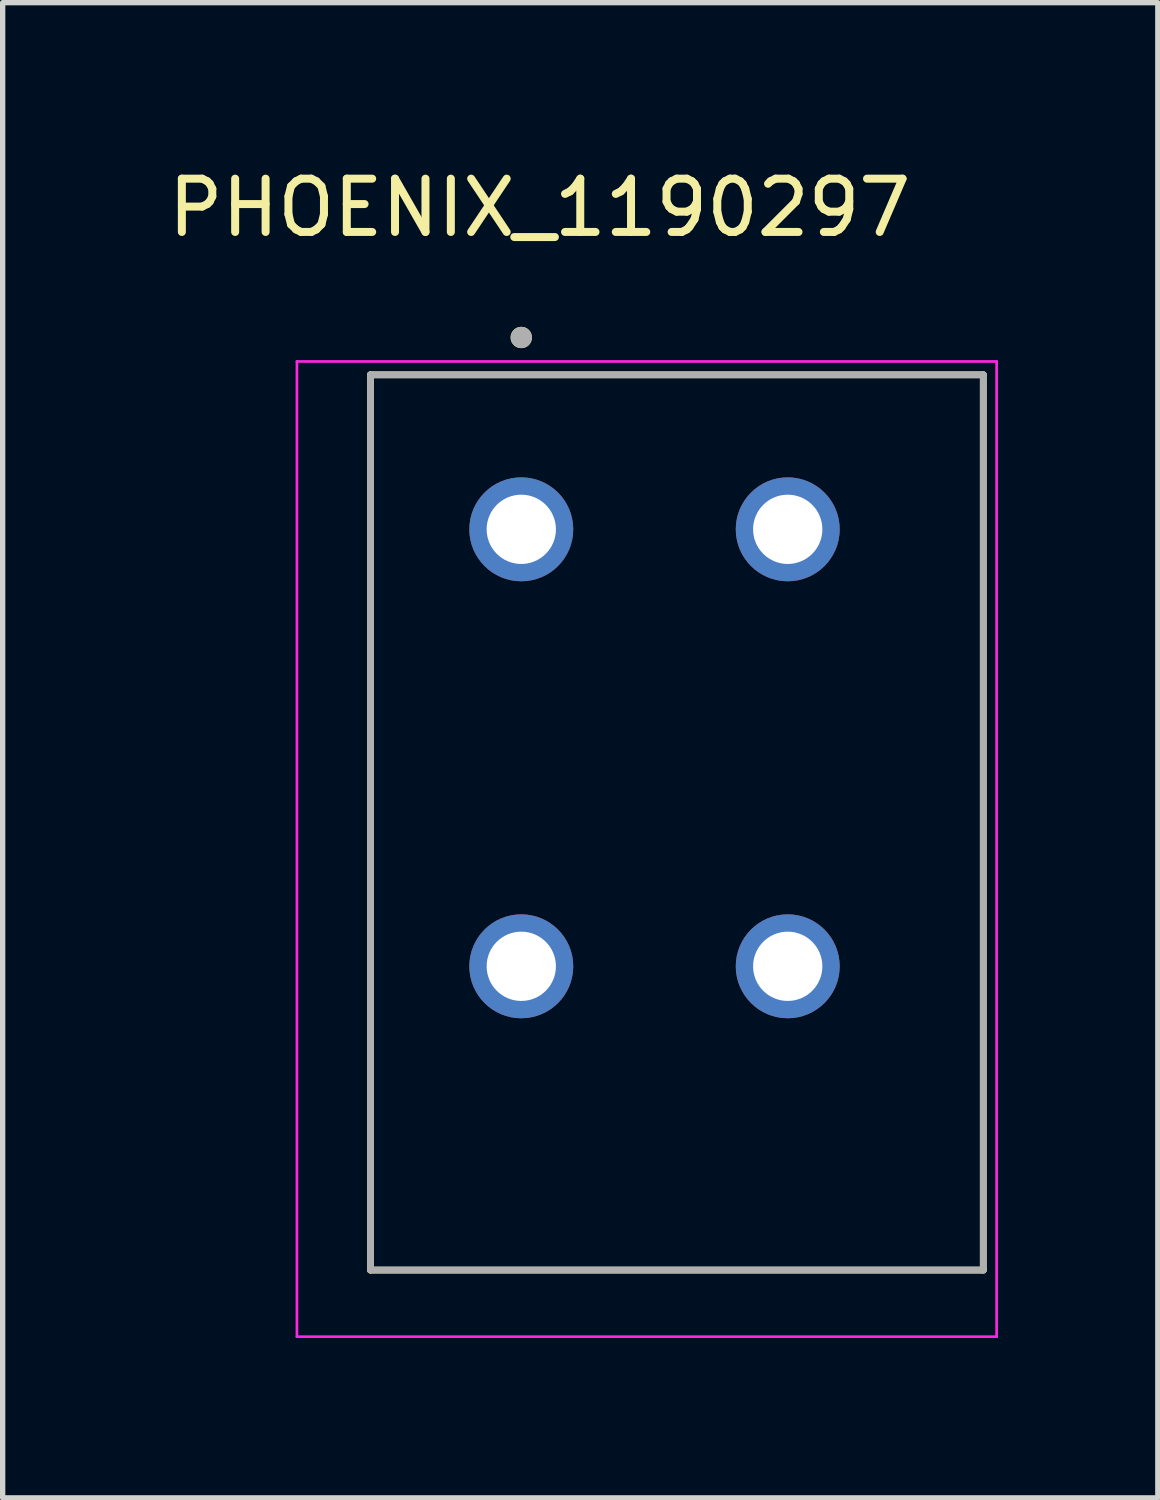
<source format=kicad_pcb>
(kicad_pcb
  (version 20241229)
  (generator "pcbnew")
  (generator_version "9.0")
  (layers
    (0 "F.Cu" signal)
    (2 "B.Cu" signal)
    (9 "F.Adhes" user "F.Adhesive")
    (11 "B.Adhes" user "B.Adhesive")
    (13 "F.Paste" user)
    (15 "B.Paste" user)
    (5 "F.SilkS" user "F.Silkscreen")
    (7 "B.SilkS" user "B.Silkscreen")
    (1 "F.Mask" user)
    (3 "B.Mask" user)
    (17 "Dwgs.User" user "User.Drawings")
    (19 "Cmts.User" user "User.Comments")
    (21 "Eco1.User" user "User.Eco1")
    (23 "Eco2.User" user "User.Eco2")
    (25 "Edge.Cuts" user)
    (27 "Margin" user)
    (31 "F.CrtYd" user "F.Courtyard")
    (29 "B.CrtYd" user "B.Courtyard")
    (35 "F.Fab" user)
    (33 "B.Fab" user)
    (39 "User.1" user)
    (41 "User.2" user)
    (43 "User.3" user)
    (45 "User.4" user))
  (footprint "PHOENIX_1190297"
    (layer "F.Cu")
    (at 3.902 20.783)
    (property "Reference" "PHOENIX_1190297" (at 3.175 -19.935 0) (layer "F.SilkS") (effects (font (size 1 1) (thickness 0.15))))
    (attr through_hole)
    (fp_line (start 0 -16.8) (end 0 0) (stroke (width 0.127) (type solid)) (layer "F.SilkS"))
    (fp_line (start 0 0) (end 11.5 0) (stroke (width 0.127) (type solid)) (layer "F.SilkS"))
    (fp_line (start 11.5 -16.8) (end 0 -16.8) (stroke (width 0.127) (type solid)) (layer "F.SilkS"))
    (fp_line (start 11.5 0) (end 11.5 -16.8) (stroke (width 0.127) (type solid)) (layer "F.SilkS"))
    (fp_circle (center 2.83 -17.5) (end 2.93 -17.5) (stroke (width 0.2) (type solid)) (fill no) (layer "F.SilkS"))
    (fp_line (start -1.38 -17.05) (end -1.38 1.25) (stroke (width 0.05) (type solid)) (layer "F.CrtYd"))
    (fp_line (start -1.38 1.25) (end 11.75 1.25) (stroke (width 0.05) (type solid)) (layer "F.CrtYd"))
    (fp_line (start 11.75 -17.05) (end -1.38 -17.05) (stroke (width 0.05) (type solid)) (layer "F.CrtYd"))
    (fp_line (start 11.75 1.25) (end 11.75 -17.05) (stroke (width 0.05) (type solid)) (layer "F.CrtYd"))
    (fp_line (start 0 -16.8) (end 0 0) (stroke (width 0.127) (type solid)) (layer "F.Fab"))
    (fp_line (start 0 0) (end 11.5 0) (stroke (width 0.127) (type solid)) (layer "F.Fab"))
    (fp_line (start 11.5 -16.8) (end 0 -16.8) (stroke (width 0.127) (type solid)) (layer "F.Fab"))
    (fp_line (start 11.5 0) (end 11.5 -16.8) (stroke (width 0.127) (type solid)) (layer "F.Fab"))
    (fp_circle (center 2.83 -17.5) (end 2.93 -17.5) (stroke (width 0.2) (type solid)) (fill no) (layer "F.Fab"))
    (pad "1_1" thru_hole circle (at 2.83 -13.9) (size 1.95 1.95) (drill 1.3) (layers "*.Cu" "*.Mask"))
    (pad "1_2" thru_hole circle (at 2.83 -5.7) (size 1.95 1.95) (drill 1.3) (layers "*.Cu" "*.Mask"))
    (pad "2_1" thru_hole circle (at 7.83 -13.9) (size 1.95 1.95) (drill 1.3) (layers "*.Cu" "*.Mask"))
    (pad "2_2" thru_hole circle (at 7.83 -5.7) (size 1.95 1.95) (drill 1.3) (layers "*.Cu" "*.Mask")))
  (gr_rect
    (start -3 -3)
    (end 18.677 25.058)
    (stroke (width 0.1) (type default))
    (fill no)
    (layer "Edge.Cuts")))
</source>
